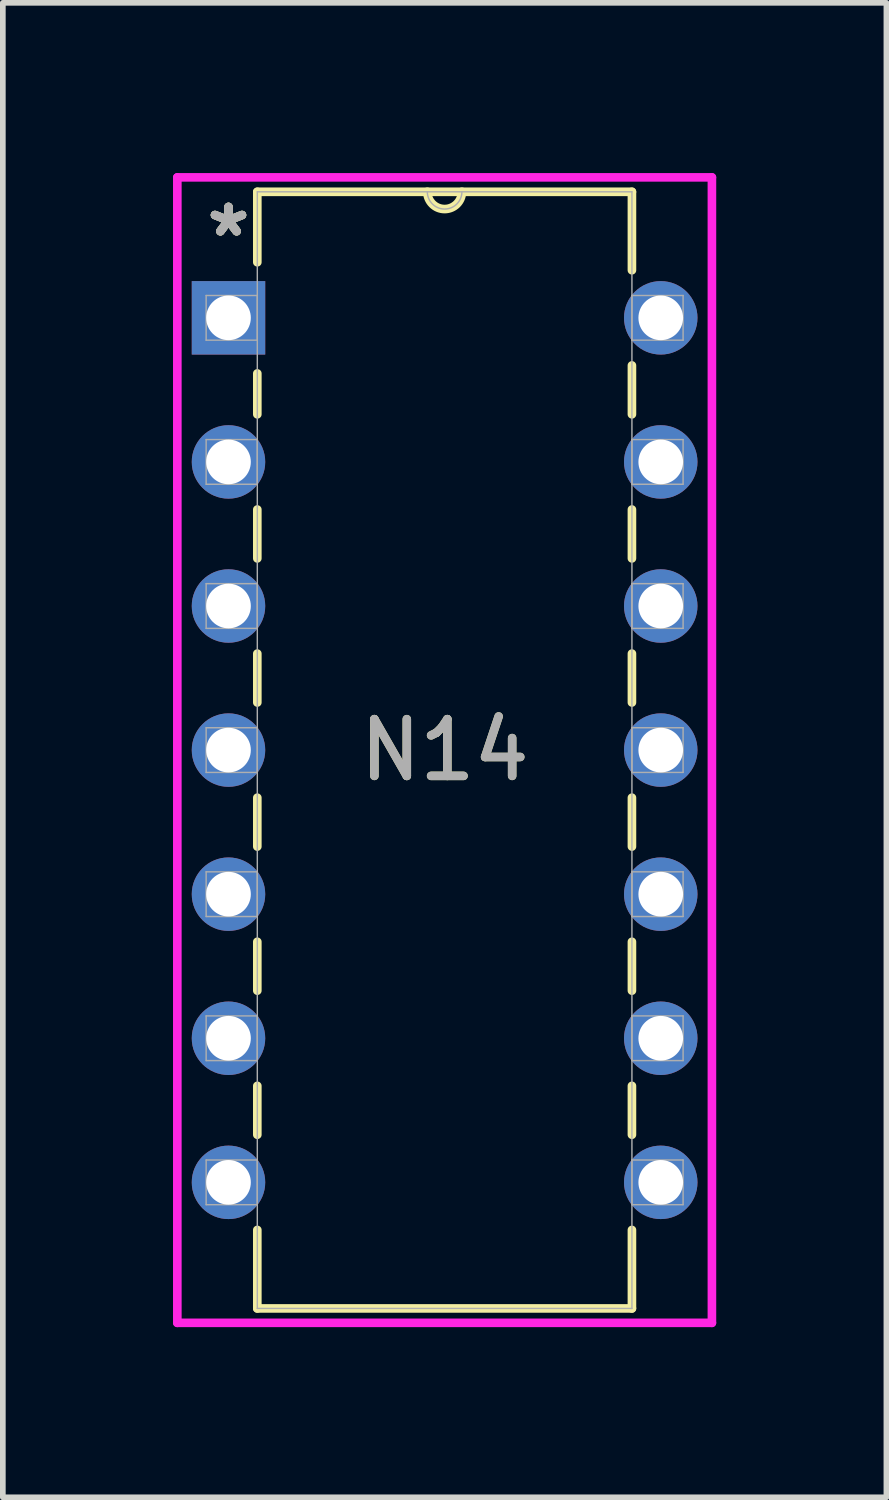
<source format=kicad_pcb>
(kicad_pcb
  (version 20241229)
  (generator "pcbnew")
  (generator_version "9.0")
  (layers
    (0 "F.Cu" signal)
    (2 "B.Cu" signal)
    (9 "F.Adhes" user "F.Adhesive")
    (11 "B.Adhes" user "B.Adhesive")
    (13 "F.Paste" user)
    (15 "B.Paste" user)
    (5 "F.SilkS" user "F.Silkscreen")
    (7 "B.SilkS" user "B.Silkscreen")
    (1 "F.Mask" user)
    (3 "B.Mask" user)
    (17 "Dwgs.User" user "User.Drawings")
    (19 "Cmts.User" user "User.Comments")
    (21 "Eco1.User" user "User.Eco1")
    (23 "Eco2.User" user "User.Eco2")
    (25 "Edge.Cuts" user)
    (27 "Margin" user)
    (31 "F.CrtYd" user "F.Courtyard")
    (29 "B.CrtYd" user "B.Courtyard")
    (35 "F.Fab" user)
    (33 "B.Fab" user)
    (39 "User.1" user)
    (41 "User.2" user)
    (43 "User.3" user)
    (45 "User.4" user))
  (footprint "N14"
    (layer "F.Cu")
    (at 8.598 17.793)
    (property "Reference" "N14" (at -3.81 -7.62 0) (unlocked yes) (layer "F.SilkS") (effects (font (size 1 1) (thickness 0.15))))
    (attr through_hole)
    (fp_line (start -7.112 -17.462) (end -7.112 -16.22) (stroke (width 0.152) (type solid)) (layer "F.SilkS"))
    (fp_line (start -7.112 -14.26) (end -7.112 -13.539) (stroke (width 0.152) (type solid)) (layer "F.SilkS"))
    (fp_line (start -7.112 -11.861) (end -7.112 -10.999) (stroke (width 0.152) (type solid)) (layer "F.SilkS"))
    (fp_line (start -7.112 -9.321) (end -7.112 -8.459) (stroke (width 0.152) (type solid)) (layer "F.SilkS"))
    (fp_line (start -7.112 -6.781) (end -7.112 -5.919) (stroke (width 0.152) (type solid)) (layer "F.SilkS"))
    (fp_line (start -7.112 -4.241) (end -7.112 -3.379) (stroke (width 0.152) (type solid)) (layer "F.SilkS"))
    (fp_line (start -7.112 -1.701) (end -7.112 -0.839) (stroke (width 0.152) (type solid)) (layer "F.SilkS"))
    (fp_line (start -7.112 0.839) (end -7.112 2.223) (stroke (width 0.152) (type solid)) (layer "F.SilkS"))
    (fp_line (start -7.112 2.223) (end -0.508 2.223) (stroke (width 0.152) (type solid)) (layer "F.SilkS"))
    (fp_line (start -0.508 -17.462) (end -7.112 -17.462) (stroke (width 0.152) (type solid)) (layer "F.SilkS"))
    (fp_line (start -0.508 -16.079) (end -0.508 -17.462) (stroke (width 0.152) (type solid)) (layer "F.SilkS"))
    (fp_line (start -0.508 -13.539) (end -0.508 -14.401) (stroke (width 0.152) (type solid)) (layer "F.SilkS"))
    (fp_line (start -0.508 -10.999) (end -0.508 -11.861) (stroke (width 0.152) (type solid)) (layer "F.SilkS"))
    (fp_line (start -0.508 -8.459) (end -0.508 -9.321) (stroke (width 0.152) (type solid)) (layer "F.SilkS"))
    (fp_line (start -0.508 -5.919) (end -0.508 -6.781) (stroke (width 0.152) (type solid)) (layer "F.SilkS"))
    (fp_line (start -0.508 -3.379) (end -0.508 -4.241) (stroke (width 0.152) (type solid)) (layer "F.SilkS"))
    (fp_line (start -0.508 -0.839) (end -0.508 -1.701) (stroke (width 0.152) (type solid)) (layer "F.SilkS"))
    (fp_line (start -0.508 2.223) (end -0.508 0.839) (stroke (width 0.152) (type solid)) (layer "F.SilkS"))
    (fp_arc (start -3.5052 -17.4625) (mid -3.81 -17.1577) (end -4.1148 -17.4625) (stroke (width 0.1524) (type solid)) (layer "F.SilkS"))
    (fp_line (start -8.522 -17.716) (end -8.522 2.477) (stroke (width 0.152) (type solid)) (layer "F.CrtYd"))
    (fp_line (start -8.522 2.477) (end 0.902 2.477) (stroke (width 0.152) (type solid)) (layer "F.CrtYd"))
    (fp_line (start 0.902 -17.716) (end -8.522 -17.716) (stroke (width 0.152) (type solid)) (layer "F.CrtYd"))
    (fp_line (start 0.902 2.477) (end 0.902 -17.716) (stroke (width 0.152) (type solid)) (layer "F.CrtYd"))
    (fp_line (start -8.014 -15.634) (end -8.014 -14.846) (stroke (width 0.025) (type solid)) (layer "F.Fab"))
    (fp_line (start -8.014 -14.846) (end -7.112 -14.846) (stroke (width 0.025) (type solid)) (layer "F.Fab"))
    (fp_line (start -8.014 -13.094) (end -8.014 -12.306) (stroke (width 0.025) (type solid)) (layer "F.Fab"))
    (fp_line (start -8.014 -12.306) (end -7.112 -12.306) (stroke (width 0.025) (type solid)) (layer "F.Fab"))
    (fp_line (start -8.014 -10.554) (end -8.014 -9.766) (stroke (width 0.025) (type solid)) (layer "F.Fab"))
    (fp_line (start -8.014 -9.766) (end -7.112 -9.766) (stroke (width 0.025) (type solid)) (layer "F.Fab"))
    (fp_line (start -8.014 -8.014) (end -8.014 -7.226) (stroke (width 0.025) (type solid)) (layer "F.Fab"))
    (fp_line (start -8.014 -7.226) (end -7.112 -7.226) (stroke (width 0.025) (type solid)) (layer "F.Fab"))
    (fp_line (start -8.014 -5.474) (end -8.014 -4.686) (stroke (width 0.025) (type solid)) (layer "F.Fab"))
    (fp_line (start -8.014 -4.686) (end -7.112 -4.686) (stroke (width 0.025) (type solid)) (layer "F.Fab"))
    (fp_line (start -8.014 -2.934) (end -8.014 -2.146) (stroke (width 0.025) (type solid)) (layer "F.Fab"))
    (fp_line (start -8.014 -2.146) (end -7.112 -2.146) (stroke (width 0.025) (type solid)) (layer "F.Fab"))
    (fp_line (start -8.014 -0.394) (end -8.014 0.394) (stroke (width 0.025) (type solid)) (layer "F.Fab"))
    (fp_line (start -8.014 0.394) (end -7.112 0.394) (stroke (width 0.025) (type solid)) (layer "F.Fab"))
    (fp_line (start -7.112 -17.462) (end -7.112 2.223) (stroke (width 0.025) (type solid)) (layer "F.Fab"))
    (fp_line (start -7.112 -15.634) (end -8.014 -15.634) (stroke (width 0.025) (type solid)) (layer "F.Fab"))
    (fp_line (start -7.112 -14.846) (end -7.112 -15.634) (stroke (width 0.025) (type solid)) (layer "F.Fab"))
    (fp_line (start -7.112 -13.094) (end -8.014 -13.094) (stroke (width 0.025) (type solid)) (layer "F.Fab"))
    (fp_line (start -7.112 -12.306) (end -7.112 -13.094) (stroke (width 0.025) (type solid)) (layer "F.Fab"))
    (fp_line (start -7.112 -10.554) (end -8.014 -10.554) (stroke (width 0.025) (type solid)) (layer "F.Fab"))
    (fp_line (start -7.112 -9.766) (end -7.112 -10.554) (stroke (width 0.025) (type solid)) (layer "F.Fab"))
    (fp_line (start -7.112 -8.014) (end -8.014 -8.014) (stroke (width 0.025) (type solid)) (layer "F.Fab"))
    (fp_line (start -7.112 -7.226) (end -7.112 -8.014) (stroke (width 0.025) (type solid)) (layer "F.Fab"))
    (fp_line (start -7.112 -5.474) (end -8.014 -5.474) (stroke (width 0.025) (type solid)) (layer "F.Fab"))
    (fp_line (start -7.112 -4.686) (end -7.112 -5.474) (stroke (width 0.025) (type solid)) (layer "F.Fab"))
    (fp_line (start -7.112 -2.934) (end -8.014 -2.934) (stroke (width 0.025) (type solid)) (layer "F.Fab"))
    (fp_line (start -7.112 -2.146) (end -7.112 -2.934) (stroke (width 0.025) (type solid)) (layer "F.Fab"))
    (fp_line (start -7.112 -0.394) (end -8.014 -0.394) (stroke (width 0.025) (type solid)) (layer "F.Fab"))
    (fp_line (start -7.112 0.394) (end -7.112 -0.394) (stroke (width 0.025) (type solid)) (layer "F.Fab"))
    (fp_line (start -7.112 2.223) (end -0.508 2.223) (stroke (width 0.025) (type solid)) (layer "F.Fab"))
    (fp_line (start -0.508 -17.462) (end -7.112 -17.462) (stroke (width 0.025) (type solid)) (layer "F.Fab"))
    (fp_line (start -0.508 -15.634) (end -0.508 -14.846) (stroke (width 0.025) (type solid)) (layer "F.Fab"))
    (fp_line (start -0.508 -14.846) (end 0.394 -14.846) (stroke (width 0.025) (type solid)) (layer "F.Fab"))
    (fp_line (start -0.508 -13.094) (end -0.508 -12.306) (stroke (width 0.025) (type solid)) (layer "F.Fab"))
    (fp_line (start -0.508 -12.306) (end 0.394 -12.306) (stroke (width 0.025) (type solid)) (layer "F.Fab"))
    (fp_line (start -0.508 -10.554) (end -0.508 -9.766) (stroke (width 0.025) (type solid)) (layer "F.Fab"))
    (fp_line (start -0.508 -9.766) (end 0.394 -9.766) (stroke (width 0.025) (type solid)) (layer "F.Fab"))
    (fp_line (start -0.508 -8.014) (end -0.508 -7.226) (stroke (width 0.025) (type solid)) (layer "F.Fab"))
    (fp_line (start -0.508 -7.226) (end 0.394 -7.226) (stroke (width 0.025) (type solid)) (layer "F.Fab"))
    (fp_line (start -0.508 -5.474) (end -0.508 -4.686) (stroke (width 0.025) (type solid)) (layer "F.Fab"))
    (fp_line (start -0.508 -4.686) (end 0.394 -4.686) (stroke (width 0.025) (type solid)) (layer "F.Fab"))
    (fp_line (start -0.508 -2.934) (end -0.508 -2.146) (stroke (width 0.025) (type solid)) (layer "F.Fab"))
    (fp_line (start -0.508 -2.146) (end 0.394 -2.146) (stroke (width 0.025) (type solid)) (layer "F.Fab"))
    (fp_line (start -0.508 -0.394) (end -0.508 0.394) (stroke (width 0.025) (type solid)) (layer "F.Fab"))
    (fp_line (start -0.508 0.394) (end 0.394 0.394) (stroke (width 0.025) (type solid)) (layer "F.Fab"))
    (fp_line (start -0.508 2.223) (end -0.508 -17.462) (stroke (width 0.025) (type solid)) (layer "F.Fab"))
    (fp_line (start 0.394 -15.634) (end -0.508 -15.634) (stroke (width 0.025) (type solid)) (layer "F.Fab"))
    (fp_line (start 0.394 -14.846) (end 0.394 -15.634) (stroke (width 0.025) (type solid)) (layer "F.Fab"))
    (fp_line (start 0.394 -13.094) (end -0.508 -13.094) (stroke (width 0.025) (type solid)) (layer "F.Fab"))
    (fp_line (start 0.394 -12.306) (end 0.394 -13.094) (stroke (width 0.025) (type solid)) (layer "F.Fab"))
    (fp_line (start 0.394 -10.554) (end -0.508 -10.554) (stroke (width 0.025) (type solid)) (layer "F.Fab"))
    (fp_line (start 0.394 -9.766) (end 0.394 -10.554) (stroke (width 0.025) (type solid)) (layer "F.Fab"))
    (fp_line (start 0.394 -8.014) (end -0.508 -8.014) (stroke (width 0.025) (type solid)) (layer "F.Fab"))
    (fp_line (start 0.394 -7.226) (end 0.394 -8.014) (stroke (width 0.025) (type solid)) (layer "F.Fab"))
    (fp_line (start 0.394 -5.474) (end -0.508 -5.474) (stroke (width 0.025) (type solid)) (layer "F.Fab"))
    (fp_line (start 0.394 -4.686) (end 0.394 -5.474) (stroke (width 0.025) (type solid)) (layer "F.Fab"))
    (fp_line (start 0.394 -2.934) (end -0.508 -2.934) (stroke (width 0.025) (type solid)) (layer "F.Fab"))
    (fp_line (start 0.394 -2.146) (end 0.394 -2.934) (stroke (width 0.025) (type solid)) (layer "F.Fab"))
    (fp_line (start 0.394 -0.394) (end -0.508 -0.394) (stroke (width 0.025) (type solid)) (layer "F.Fab"))
    (fp_line (start 0.394 0.394) (end 0.394 -0.394) (stroke (width 0.025) (type solid)) (layer "F.Fab"))
    (fp_arc (start -3.5052 -17.4625) (mid -3.81 -17.1577) (end -4.1148 -17.4625) (stroke (width 0.0254) (type solid)) (layer "F.Fab"))
    (fp_text user "*" (at -7.62 -16.65 0) (layer "F.SilkS") (effects (font (size 1 1) (thickness 0.15))))
    (fp_text user "*" (at -7.62 -16.65 0) (unlocked yes) (layer "F.SilkS") (effects (font (size 1 1) (thickness 0.15))))
    (fp_text user "*" (at -7.62 -16.65 0) (layer "F.Fab") (effects (font (size 1 1) (thickness 0.15))))
    (fp_text user "${REFERENCE}" (at -3.81 -7.62 0) (unlocked yes) (layer "F.Fab") (effects (font (size 1 1) (thickness 0.15))))
    (fp_text user "*" (at -7.62 -16.65 0) (unlocked yes) (layer "F.Fab") (effects (font (size 1 1) (thickness 0.15))))
    (pad "1" thru_hole rect (at -7.62 -15.24) (size 1.295 1.295) (drill 0.787) (layers "*.Cu" "*.Mask"))
    (pad "2" thru_hole circle (at -7.62 -12.7) (size 1.295 1.295) (drill 0.787) (layers "*.Cu" "*.Mask"))
    (pad "3" thru_hole circle (at -7.62 -10.16) (size 1.295 1.295) (drill 0.787) (layers "*.Cu" "*.Mask"))
    (pad "4" thru_hole circle (at -7.62 -7.62) (size 1.295 1.295) (drill 0.787) (layers "*.Cu" "*.Mask"))
    (pad "5" thru_hole circle (at -7.62 -5.08) (size 1.295 1.295) (drill 0.787) (layers "*.Cu" "*.Mask"))
    (pad "6" thru_hole circle (at -7.62 -2.54) (size 1.295 1.295) (drill 0.787) (layers "*.Cu" "*.Mask"))
    (pad "7" thru_hole circle (at -7.62 0) (size 1.295 1.295) (drill 0.787) (layers "*.Cu" "*.Mask"))
    (pad "8" thru_hole circle (at 0 0) (size 1.295 1.295) (drill 0.787) (layers "*.Cu" "*.Mask"))
    (pad "9" thru_hole circle (at 0 -2.54) (size 1.295 1.295) (drill 0.787) (layers "*.Cu" "*.Mask"))
    (pad "10" thru_hole circle (at 0 -5.08) (size 1.295 1.295) (drill 0.787) (layers "*.Cu" "*.Mask"))
    (pad "11" thru_hole circle (at 0 -7.62) (size 1.295 1.295) (drill 0.787) (layers "*.Cu" "*.Mask"))
    (pad "12" thru_hole circle (at 0 -10.16) (size 1.295 1.295) (drill 0.787) (layers "*.Cu" "*.Mask"))
    (pad "13" thru_hole circle (at 0 -12.7) (size 1.295 1.295) (drill 0.787) (layers "*.Cu" "*.Mask"))
    (pad "14" thru_hole circle (at 0 -15.24) (size 1.295 1.295) (drill 0.787) (layers "*.Cu" "*.Mask")))
  (gr_rect
    (start -3 -3)
    (end 12.576 23.345)
    (stroke (width 0.1) (type default))
    (fill no)
    (layer "Edge.Cuts")))
</source>
